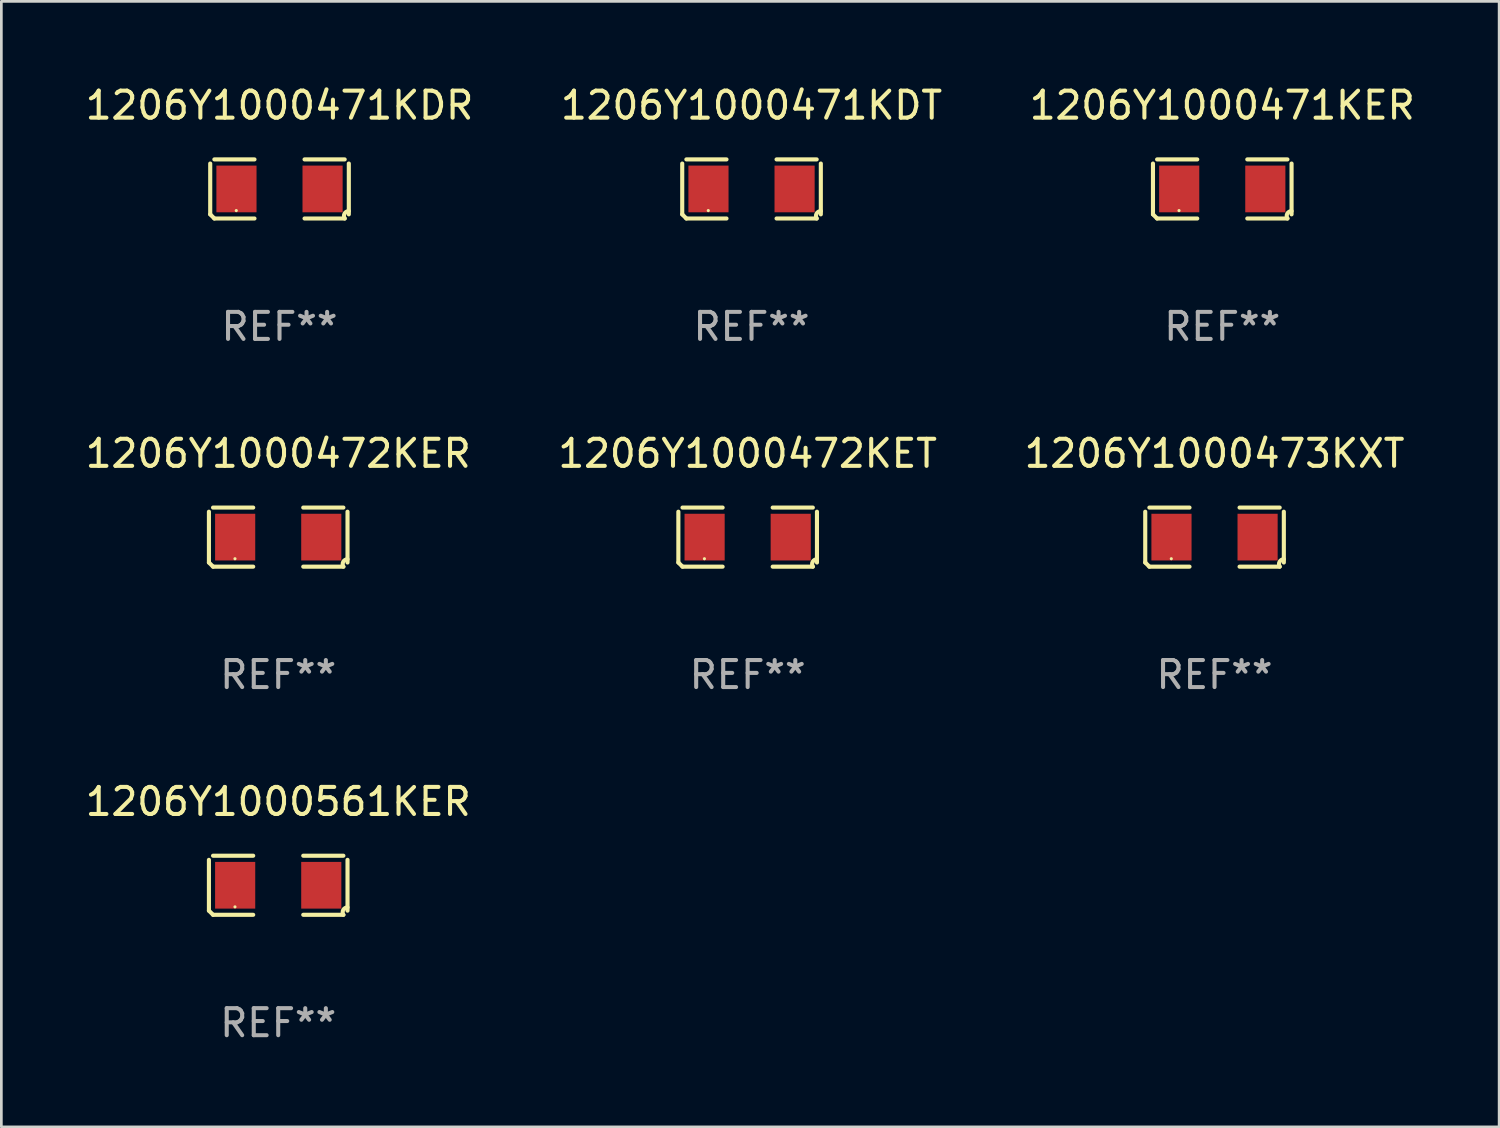
<source format=kicad_pcb>
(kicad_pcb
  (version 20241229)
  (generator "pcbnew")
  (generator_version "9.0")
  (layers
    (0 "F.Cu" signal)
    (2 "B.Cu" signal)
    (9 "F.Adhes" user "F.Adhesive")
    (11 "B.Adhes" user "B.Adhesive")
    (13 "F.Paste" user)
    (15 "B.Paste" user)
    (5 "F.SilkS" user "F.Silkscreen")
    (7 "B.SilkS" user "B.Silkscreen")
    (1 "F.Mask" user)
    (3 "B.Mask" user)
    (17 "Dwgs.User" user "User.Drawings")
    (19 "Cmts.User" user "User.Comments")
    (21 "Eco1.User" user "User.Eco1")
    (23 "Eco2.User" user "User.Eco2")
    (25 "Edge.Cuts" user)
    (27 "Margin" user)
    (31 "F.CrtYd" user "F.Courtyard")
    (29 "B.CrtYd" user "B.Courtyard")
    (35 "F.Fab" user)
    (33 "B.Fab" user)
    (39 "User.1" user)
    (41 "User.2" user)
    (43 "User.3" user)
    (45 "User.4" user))
  (footprint "1206Y1000471KDR"
    (layer "F.Cu")
    (at 7.292 3.941)
    (property "Reference" "1206Y1000471KDR" (at 0 -3.093 0) (layer "F.SilkS") (effects (font (size 1 1) (thickness 0.15))))
    (attr through_hole)
    (fp_line (start -2.564 0.94) (end -2.564 -0.94) (stroke (width 0.152) (type solid)) (layer "F.SilkS"))
    (fp_line (start -2.411 -1.093) (end -0.926 -1.093) (stroke (width 0.152) (type solid)) (layer "F.SilkS"))
    (fp_line (start -0.926 1.093) (end -2.411 1.093) (stroke (width 0.152) (type solid)) (layer "F.SilkS"))
    (fp_line (start 0.926 1.093) (end 2.411 1.093) (stroke (width 0.152) (type solid)) (layer "F.SilkS"))
    (fp_line (start 2.411 -1.093) (end 0.926 -1.093) (stroke (width 0.152) (type solid)) (layer "F.SilkS"))
    (fp_line (start 2.564 0.94) (end 2.564 -0.94) (stroke (width 0.152) (type solid)) (layer "F.SilkS"))
    (fp_arc (start -2.411201 1.092609) (mid -2.487413 1.01642) (end -2.563602 0.940208) (stroke (width 0.1524) (type solid)) (layer "F.SilkS"))
    (fp_arc (start 2.411201 1.092609) (mid 2.407159 0.911226) (end 2.563602 0.819347) (stroke (width 0.1524) (type solid)) (layer "F.SilkS"))
    (fp_circle (center -1.6 0.8) (end -1.57 0.8) (stroke (width 0.06) (type solid)) (fill no) (layer "F.SilkS"))
    (fp_text user "REF**" (at 0 5.093 0) (layer "F.Fab") (effects (font (size 1 1) (thickness 0.15))))
    (pad "1" smd rect (at -1.593 0) (size 1.485 1.728) (layers "F.Cu" "F.Mask" "F.Paste"))
    (pad "2" smd rect (at 1.593 0) (size 1.485 1.728) (layers "F.Cu" "F.Mask" "F.Paste")))
  (footprint "1206Y1000472KET"
    (layer "F.Cu")
    (at 24.613 16.823)
    (property "Reference" "1206Y1000472KET" (at 0 -3.093 0) (layer "F.SilkS") (effects (font (size 1 1) (thickness 0.15))))
    (attr through_hole)
    (fp_line (start -2.564 0.94) (end -2.564 -0.94) (stroke (width 0.152) (type solid)) (layer "F.SilkS"))
    (fp_line (start -2.411 -1.093) (end -0.926 -1.093) (stroke (width 0.152) (type solid)) (layer "F.SilkS"))
    (fp_line (start -0.926 1.093) (end -2.411 1.093) (stroke (width 0.152) (type solid)) (layer "F.SilkS"))
    (fp_line (start 0.926 1.093) (end 2.411 1.093) (stroke (width 0.152) (type solid)) (layer "F.SilkS"))
    (fp_line (start 2.411 -1.093) (end 0.926 -1.093) (stroke (width 0.152) (type solid)) (layer "F.SilkS"))
    (fp_line (start 2.564 0.94) (end 2.564 -0.94) (stroke (width 0.152) (type solid)) (layer "F.SilkS"))
    (fp_arc (start -2.411201 1.092609) (mid -2.487413 1.01642) (end -2.563602 0.940208) (stroke (width 0.1524) (type solid)) (layer "F.SilkS"))
    (fp_arc (start 2.411201 1.092609) (mid 2.407159 0.911226) (end 2.563602 0.819347) (stroke (width 0.1524) (type solid)) (layer "F.SilkS"))
    (fp_circle (center -1.6 0.8) (end -1.57 0.8) (stroke (width 0.06) (type solid)) (fill no) (layer "F.SilkS"))
    (fp_text user "REF**" (at 0 5.093 0) (layer "F.Fab") (effects (font (size 1 1) (thickness 0.15))))
    (pad "1" smd rect (at -1.593 0) (size 1.485 1.728) (layers "F.Cu" "F.Mask" "F.Paste"))
    (pad "2" smd rect (at 1.593 0) (size 1.485 1.728) (layers "F.Cu" "F.Mask" "F.Paste")))
  (footprint "1206Y1000471KER"
    (layer "F.Cu")
    (at 42.173 3.941)
    (property "Reference" "1206Y1000471KER" (at 0 -3.093 0) (layer "F.SilkS") (effects (font (size 1 1) (thickness 0.15))))
    (attr through_hole)
    (fp_line (start -2.564 0.94) (end -2.564 -0.94) (stroke (width 0.152) (type solid)) (layer "F.SilkS"))
    (fp_line (start -2.411 -1.093) (end -0.926 -1.093) (stroke (width 0.152) (type solid)) (layer "F.SilkS"))
    (fp_line (start -0.926 1.093) (end -2.411 1.093) (stroke (width 0.152) (type solid)) (layer "F.SilkS"))
    (fp_line (start 0.926 1.093) (end 2.411 1.093) (stroke (width 0.152) (type solid)) (layer "F.SilkS"))
    (fp_line (start 2.411 -1.093) (end 0.926 -1.093) (stroke (width 0.152) (type solid)) (layer "F.SilkS"))
    (fp_line (start 2.564 0.94) (end 2.564 -0.94) (stroke (width 0.152) (type solid)) (layer "F.SilkS"))
    (fp_arc (start -2.411201 1.092609) (mid -2.487413 1.01642) (end -2.563602 0.940208) (stroke (width 0.1524) (type solid)) (layer "F.SilkS"))
    (fp_arc (start 2.411201 1.092609) (mid 2.407159 0.911226) (end 2.563602 0.819347) (stroke (width 0.1524) (type solid)) (layer "F.SilkS"))
    (fp_circle (center -1.6 0.8) (end -1.57 0.8) (stroke (width 0.06) (type solid)) (fill no) (layer "F.SilkS"))
    (fp_text user "REF**" (at 0 5.093 0) (layer "F.Fab") (effects (font (size 1 1) (thickness 0.15))))
    (pad "1" smd rect (at -1.593 0) (size 1.485 1.728) (layers "F.Cu" "F.Mask" "F.Paste"))
    (pad "2" smd rect (at 1.593 0) (size 1.485 1.728) (layers "F.Cu" "F.Mask" "F.Paste")))
  (footprint "1206Y1000472KER"
    (layer "F.Cu")
    (at 7.244 16.823)
    (property "Reference" "1206Y1000472KER" (at 0 -3.093 0) (layer "F.SilkS") (effects (font (size 1 1) (thickness 0.15))))
    (attr through_hole)
    (fp_line (start -2.564 0.94) (end -2.564 -0.94) (stroke (width 0.152) (type solid)) (layer "F.SilkS"))
    (fp_line (start -2.411 -1.093) (end -0.926 -1.093) (stroke (width 0.152) (type solid)) (layer "F.SilkS"))
    (fp_line (start -0.926 1.093) (end -2.411 1.093) (stroke (width 0.152) (type solid)) (layer "F.SilkS"))
    (fp_line (start 0.926 1.093) (end 2.411 1.093) (stroke (width 0.152) (type solid)) (layer "F.SilkS"))
    (fp_line (start 2.411 -1.093) (end 0.926 -1.093) (stroke (width 0.152) (type solid)) (layer "F.SilkS"))
    (fp_line (start 2.564 0.94) (end 2.564 -0.94) (stroke (width 0.152) (type solid)) (layer "F.SilkS"))
    (fp_arc (start -2.411201 1.092609) (mid -2.487413 1.01642) (end -2.563602 0.940208) (stroke (width 0.1524) (type solid)) (layer "F.SilkS"))
    (fp_arc (start 2.411201 1.092609) (mid 2.407159 0.911226) (end 2.563602 0.819347) (stroke (width 0.1524) (type solid)) (layer "F.SilkS"))
    (fp_circle (center -1.6 0.8) (end -1.57 0.8) (stroke (width 0.06) (type solid)) (fill no) (layer "F.SilkS"))
    (fp_text user "REF**" (at 0 5.093 0) (layer "F.Fab") (effects (font (size 1 1) (thickness 0.15))))
    (pad "1" smd rect (at -1.593 0) (size 1.485 1.728) (layers "F.Cu" "F.Mask" "F.Paste"))
    (pad "2" smd rect (at 1.593 0) (size 1.485 1.728) (layers "F.Cu" "F.Mask" "F.Paste")))
  (footprint "1206Y1000561KER"
    (layer "F.Cu")
    (at 7.244 29.704)
    (property "Reference" "1206Y1000561KER" (at 0 -3.093 0) (layer "F.SilkS") (effects (font (size 1 1) (thickness 0.15))))
    (attr through_hole)
    (fp_line (start -2.564 0.94) (end -2.564 -0.94) (stroke (width 0.152) (type solid)) (layer "F.SilkS"))
    (fp_line (start -2.411 -1.093) (end -0.926 -1.093) (stroke (width 0.152) (type solid)) (layer "F.SilkS"))
    (fp_line (start -0.926 1.093) (end -2.411 1.093) (stroke (width 0.152) (type solid)) (layer "F.SilkS"))
    (fp_line (start 0.926 1.093) (end 2.411 1.093) (stroke (width 0.152) (type solid)) (layer "F.SilkS"))
    (fp_line (start 2.411 -1.093) (end 0.926 -1.093) (stroke (width 0.152) (type solid)) (layer "F.SilkS"))
    (fp_line (start 2.564 0.94) (end 2.564 -0.94) (stroke (width 0.152) (type solid)) (layer "F.SilkS"))
    (fp_arc (start -2.411201 1.092609) (mid -2.487413 1.01642) (end -2.563602 0.940208) (stroke (width 0.1524) (type solid)) (layer "F.SilkS"))
    (fp_arc (start 2.411201 1.092609) (mid 2.407159 0.911226) (end 2.563602 0.819347) (stroke (width 0.1524) (type solid)) (layer "F.SilkS"))
    (fp_circle (center -1.6 0.8) (end -1.57 0.8) (stroke (width 0.06) (type solid)) (fill no) (layer "F.SilkS"))
    (fp_text user "REF**" (at 0 5.093 0) (layer "F.Fab") (effects (font (size 1 1) (thickness 0.15))))
    (pad "1" smd rect (at -1.593 0) (size 1.485 1.728) (layers "F.Cu" "F.Mask" "F.Paste"))
    (pad "2" smd rect (at 1.593 0) (size 1.485 1.728) (layers "F.Cu" "F.Mask" "F.Paste")))
  (footprint "1206Y1000473KXT"
    (layer "F.Cu")
    (at 41.887 16.823)
    (property "Reference" "1206Y1000473KXT" (at 0 -3.093 0) (layer "F.SilkS") (effects (font (size 1 1) (thickness 0.15))))
    (attr through_hole)
    (fp_line (start -2.564 0.94) (end -2.564 -0.94) (stroke (width 0.152) (type solid)) (layer "F.SilkS"))
    (fp_line (start -2.411 -1.093) (end -0.926 -1.093) (stroke (width 0.152) (type solid)) (layer "F.SilkS"))
    (fp_line (start -0.926 1.093) (end -2.411 1.093) (stroke (width 0.152) (type solid)) (layer "F.SilkS"))
    (fp_line (start 0.926 1.093) (end 2.411 1.093) (stroke (width 0.152) (type solid)) (layer "F.SilkS"))
    (fp_line (start 2.411 -1.093) (end 0.926 -1.093) (stroke (width 0.152) (type solid)) (layer "F.SilkS"))
    (fp_line (start 2.564 0.94) (end 2.564 -0.94) (stroke (width 0.152) (type solid)) (layer "F.SilkS"))
    (fp_arc (start -2.411201 1.092609) (mid -2.487413 1.01642) (end -2.563602 0.940208) (stroke (width 0.1524) (type solid)) (layer "F.SilkS"))
    (fp_arc (start 2.411201 1.092609) (mid 2.407159 0.911226) (end 2.563602 0.819347) (stroke (width 0.1524) (type solid)) (layer "F.SilkS"))
    (fp_circle (center -1.6 0.8) (end -1.57 0.8) (stroke (width 0.06) (type solid)) (fill no) (layer "F.SilkS"))
    (fp_text user "REF**" (at 0 5.093 0) (layer "F.Fab") (effects (font (size 1 1) (thickness 0.15))))
    (pad "1" smd rect (at -1.593 0) (size 1.485 1.728) (layers "F.Cu" "F.Mask" "F.Paste"))
    (pad "2" smd rect (at 1.593 0) (size 1.485 1.728) (layers "F.Cu" "F.Mask" "F.Paste")))
  (footprint "1206Y1000471KDT"
    (layer "F.Cu")
    (at 24.756 3.941)
    (property "Reference" "1206Y1000471KDT" (at 0 -3.093 0) (layer "F.SilkS") (effects (font (size 1 1) (thickness 0.15))))
    (attr through_hole)
    (fp_line (start -2.564 0.94) (end -2.564 -0.94) (stroke (width 0.152) (type solid)) (layer "F.SilkS"))
    (fp_line (start -2.411 -1.093) (end -0.926 -1.093) (stroke (width 0.152) (type solid)) (layer "F.SilkS"))
    (fp_line (start -0.926 1.093) (end -2.411 1.093) (stroke (width 0.152) (type solid)) (layer "F.SilkS"))
    (fp_line (start 0.926 1.093) (end 2.411 1.093) (stroke (width 0.152) (type solid)) (layer "F.SilkS"))
    (fp_line (start 2.411 -1.093) (end 0.926 -1.093) (stroke (width 0.152) (type solid)) (layer "F.SilkS"))
    (fp_line (start 2.564 0.94) (end 2.564 -0.94) (stroke (width 0.152) (type solid)) (layer "F.SilkS"))
    (fp_arc (start -2.411201 1.092609) (mid -2.487413 1.01642) (end -2.563602 0.940208) (stroke (width 0.1524) (type solid)) (layer "F.SilkS"))
    (fp_arc (start 2.411201 1.092609) (mid 2.407159 0.911226) (end 2.563602 0.819347) (stroke (width 0.1524) (type solid)) (layer "F.SilkS"))
    (fp_circle (center -1.6 0.8) (end -1.57 0.8) (stroke (width 0.06) (type solid)) (fill no) (layer "F.SilkS"))
    (fp_text user "REF**" (at 0 5.093 0) (layer "F.Fab") (effects (font (size 1 1) (thickness 0.15))))
    (pad "1" smd rect (at -1.593 0) (size 1.485 1.728) (layers "F.Cu" "F.Mask" "F.Paste"))
    (pad "2" smd rect (at 1.593 0) (size 1.485 1.728) (layers "F.Cu" "F.Mask" "F.Paste")))
  (gr_rect
    (start -3 -3)
    (end 52.417 38.645)
    (stroke (width 0.1) (type default))
    (fill no)
    (layer "Edge.Cuts")))
</source>
